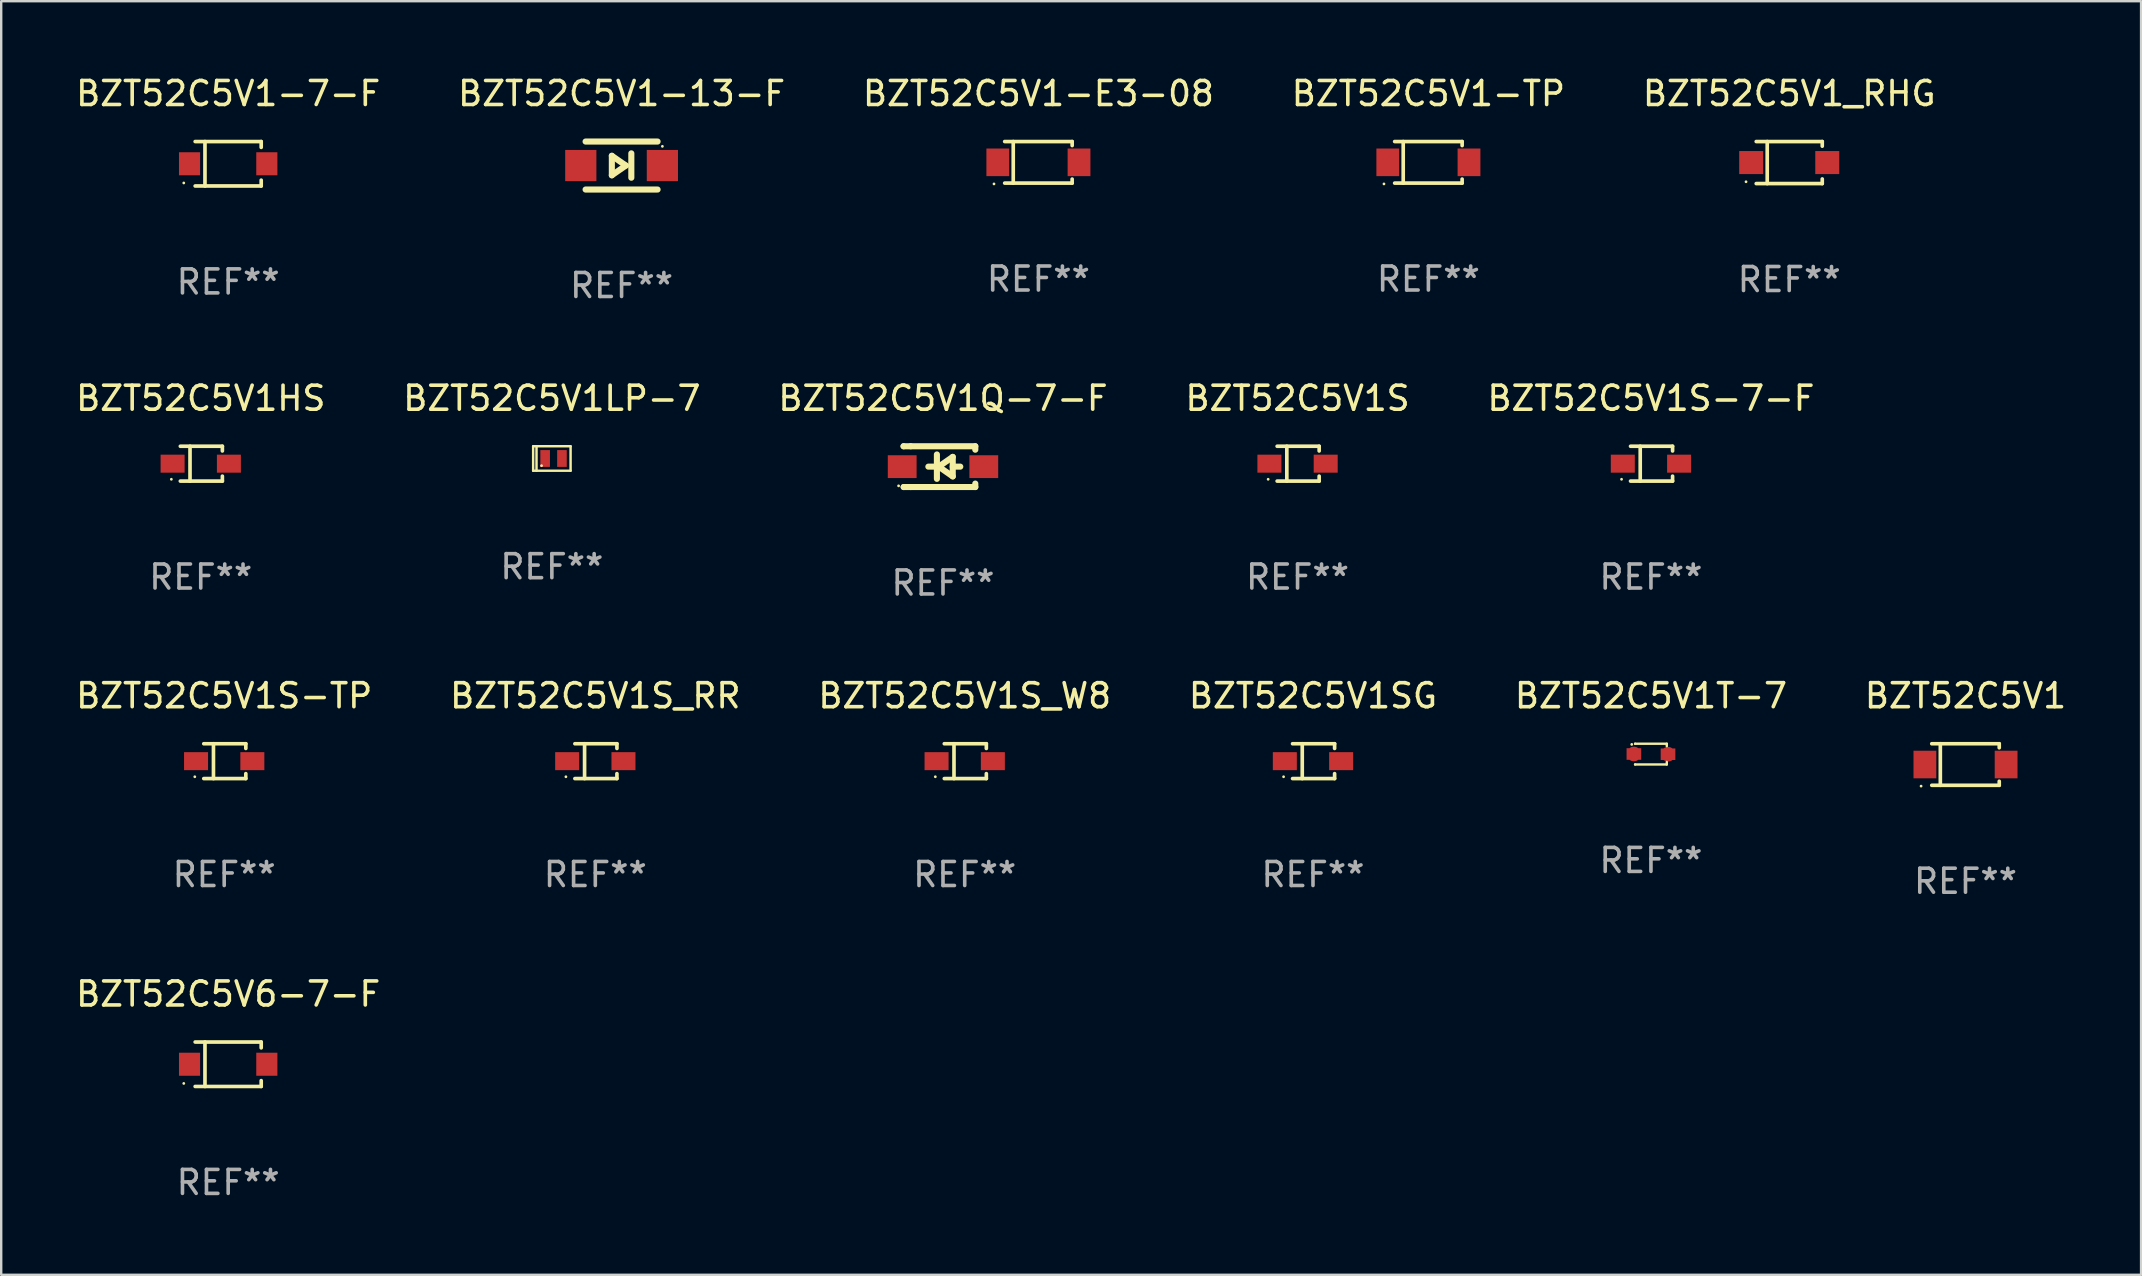
<source format=kicad_pcb>
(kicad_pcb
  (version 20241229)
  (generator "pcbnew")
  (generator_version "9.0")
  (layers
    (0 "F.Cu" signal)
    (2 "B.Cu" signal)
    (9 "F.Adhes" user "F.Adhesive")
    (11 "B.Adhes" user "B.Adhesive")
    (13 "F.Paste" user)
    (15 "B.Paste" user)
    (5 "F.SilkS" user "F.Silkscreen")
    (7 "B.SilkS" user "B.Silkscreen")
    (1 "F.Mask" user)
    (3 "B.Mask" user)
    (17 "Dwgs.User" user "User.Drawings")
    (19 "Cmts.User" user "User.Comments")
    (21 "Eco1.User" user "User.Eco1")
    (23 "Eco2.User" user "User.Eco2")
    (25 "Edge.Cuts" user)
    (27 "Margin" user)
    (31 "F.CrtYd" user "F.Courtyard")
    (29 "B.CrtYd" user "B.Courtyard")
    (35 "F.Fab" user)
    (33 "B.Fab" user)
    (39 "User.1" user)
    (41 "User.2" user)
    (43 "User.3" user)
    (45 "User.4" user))
  (footprint "BZT52C5V1-7-F"
    (layer "F.Cu")
    (at 6.458 3.774)
    (property "Reference" "BZT52C5V1-7-F" (at 0 -2.926 0) (layer "F.SilkS") (effects (font (size 1 1) (thickness 0.15))))
    (attr through_hole)
    (fp_line (start -1.376 -0.926) (end 1.376 -0.926) (stroke (width 0.152) (type solid)) (layer "F.SilkS"))
    (fp_line (start -1.376 0.926) (end 1.376 0.926) (stroke (width 0.152) (type solid)) (layer "F.SilkS"))
    (fp_line (start -0.967 -0.926) (end -0.967 0.926) (stroke (width 0.152) (type solid)) (layer "F.SilkS"))
    (fp_line (start 1.376 -0.926) (end 1.376 -0.683) (stroke (width 0.152) (type solid)) (layer "F.SilkS"))
    (fp_line (start 1.376 0.926) (end 1.376 0.683) (stroke (width 0.152) (type solid)) (layer "F.SilkS"))
    (fp_circle (center -1.85 0.8) (end -1.82 0.8) (stroke (width 0.06) (type solid)) (fill no) (layer "F.SilkS"))
    (fp_text user "REF**" (at 0 4.926 0) (layer "F.Fab") (effects (font (size 1 1) (thickness 0.15))))
    (pad "1" smd rect (at -1.61 0) (size 0.88 0.96) (layers "F.Cu" "F.Mask" "F.Paste"))
    (pad "2" smd rect (at 1.61 0) (size 0.88 0.96) (layers "F.Cu" "F.Mask" "F.Paste")))
  (footprint "BZT52C5V1_RHG"
    (layer "F.Cu")
    (at 71.506 3.724)
    (property "Reference" "BZT52C5V1_RHG" (at 0 -2.876 0) (layer "F.SilkS") (effects (font (size 1 1) (thickness 0.15))))
    (attr through_hole)
    (fp_line (start -1.376 -0.876) (end 1.376 -0.876) (stroke (width 0.152) (type solid)) (layer "F.SilkS"))
    (fp_line (start -1.376 0.876) (end 1.376 0.876) (stroke (width 0.152) (type solid)) (layer "F.SilkS"))
    (fp_line (start -0.917 -0.876) (end -0.917 0.876) (stroke (width 0.152) (type solid)) (layer "F.SilkS"))
    (fp_line (start 1.376 -0.876) (end 1.376 -0.683) (stroke (width 0.152) (type solid)) (layer "F.SilkS"))
    (fp_line (start 1.376 0.876) (end 1.376 0.683) (stroke (width 0.152) (type solid)) (layer "F.SilkS"))
    (fp_circle (center -1.8 0.8) (end -1.77 0.8) (stroke (width 0.06) (type solid)) (fill no) (layer "F.SilkS"))
    (fp_text user "REF**" (at 0 4.876 0) (layer "F.Fab") (effects (font (size 1 1) (thickness 0.15))))
    (pad "1" smd rect (at -1.585 0) (size 1 0.96) (layers "F.Cu" "F.Mask" "F.Paste"))
    (pad "2" smd rect (at 1.585 0) (size 1 0.96) (layers "F.Cu" "F.Mask" "F.Paste")))
  (footprint "BZT52C5V1LP-7"
    (layer "F.Cu")
    (at 19.946 16.055)
    (property "Reference" "BZT52C5V1LP-7" (at 0 -2.51 0) (layer "F.SilkS") (effects (font (size 1 1) (thickness 0.15))))
    (attr through_hole)
    (fp_line (start -0.78 -0.51) (end -0.78 0.51) (stroke (width 0.102) (type solid)) (layer "F.SilkS"))
    (fp_line (start -0.78 -0.51) (end 0.78 -0.51) (stroke (width 0.102) (type solid)) (layer "F.SilkS"))
    (fp_line (start -0.78 0.51) (end 0.78 0.51) (stroke (width 0.102) (type solid)) (layer "F.SilkS"))
    (fp_line (start -0.64 -0.51) (end -0.64 0.51) (stroke (width 0.102) (type solid)) (layer "F.SilkS"))
    (fp_line (start 0.78 -0.51) (end 0.78 0.51) (stroke (width 0.102) (type solid)) (layer "F.SilkS"))
    (fp_circle (center -0.43 0.3) (end -0.4 0.3) (stroke (width 0.06) (type solid)) (fill no) (layer "F.SilkS"))
    (fp_text user "REF**" (at 0 4.51 0) (layer "F.Fab") (effects (font (size 1 1) (thickness 0.15))))
    (pad "1" smd rect (at -0.28 0) (size 0.4 0.7) (layers "F.Cu" "F.Mask" "F.Paste"))
    (pad "2" smd rect (at 0.42 0) (size 0.4 0.7) (layers "F.Cu" "F.Mask" "F.Paste")))
  (footprint "BZT52C5V1-TP"
    (layer "F.Cu")
    (at 56.47 3.714)
    (property "Reference" "BZT52C5V1-TP" (at 0 -2.866 0) (layer "F.SilkS") (effects (font (size 1 1) (thickness 0.15))))
    (attr through_hole)
    (fp_line (start -1.406 -0.866) (end 1.406 -0.866) (stroke (width 0.152) (type solid)) (layer "F.SilkS"))
    (fp_line (start -1.406 0.866) (end 1.406 0.866) (stroke (width 0.152) (type solid)) (layer "F.SilkS"))
    (fp_line (start -1.049 -0.866) (end -1.049 0.866) (stroke (width 0.152) (type solid)) (layer "F.SilkS"))
    (fp_line (start 1.406 -0.866) (end 1.406 -0.698) (stroke (width 0.152) (type solid)) (layer "F.SilkS"))
    (fp_line (start 1.406 0.866) (end 1.406 0.698) (stroke (width 0.152) (type solid)) (layer "F.SilkS"))
    (fp_circle (center -1.851 0.9) (end -1.821 0.9) (stroke (width 0.06) (type solid)) (fill no) (layer "F.SilkS"))
    (fp_text user "REF**" (at 0 4.866 0) (layer "F.Fab") (effects (font (size 1 1) (thickness 0.15))))
    (pad "1" smd rect (at -1.692 0) (size 0.95 1.15) (layers "F.Cu" "F.Mask" "F.Paste"))
    (pad "2" smd rect (at 1.692 0) (size 0.95 1.15) (layers "F.Cu" "F.Mask" "F.Paste")))
  (footprint "BZT52C5V1S_W8"
    (layer "F.Cu")
    (at 37.149 28.667)
    (property "Reference" "BZT52C5V1S_W8" (at 0 -2.726 0) (layer "F.SilkS") (effects (font (size 1 1) (thickness 0.15))))
    (attr through_hole)
    (fp_line (start -0.851 -0.726) (end 0.901 -0.726) (stroke (width 0.152) (type solid)) (layer "F.SilkS"))
    (fp_line (start -0.851 0.726) (end 0.901 0.726) (stroke (width 0.152) (type solid)) (layer "F.SilkS"))
    (fp_line (start -0.447 -0.726) (end -0.447 0.726) (stroke (width 0.152) (type solid)) (layer "F.SilkS"))
    (fp_line (start 0.901 -0.726) (end 0.901 -0.53) (stroke (width 0.152) (type solid)) (layer "F.SilkS"))
    (fp_line (start 0.901 0.726) (end 0.901 0.52) (stroke (width 0.152) (type solid)) (layer "F.SilkS"))
    (fp_circle (center -1.225 0.65) (end -1.195 0.65) (stroke (width 0.06) (type solid)) (fill no) (layer "F.SilkS"))
    (fp_text user "REF**" (at 0 4.726 0) (layer "F.Fab") (effects (font (size 1 1) (thickness 0.15))))
    (pad "1" smd rect (at -1.173 0) (size 1 0.75) (layers "F.Cu" "F.Mask" "F.Paste"))
    (pad "2" smd rect (at 1.173 0) (size 1 0.75) (layers "F.Cu" "F.Mask" "F.Paste")))
  (footprint "BZT52C5V1-13-F"
    (layer "F.Cu")
    (at 22.851 3.848)
    (property "Reference" "BZT52C5V1-13-F" (at 0 -3 0) (layer "F.SilkS") (effects (font (size 1 1) (thickness 0.15))))
    (attr through_hole)
    (fp_line (start -1.5 -1) (end 1.5 -1) (stroke (width 0.254) (type solid)) (layer "F.SilkS"))
    (fp_line (start -0.406 -0.406) (end 0.178 0) (stroke (width 0.254) (type solid)) (layer "F.SilkS"))
    (fp_line (start -0.406 0.406) (end -0.406 -0.406) (stroke (width 0.254) (type solid)) (layer "F.SilkS"))
    (fp_line (start 0.178 0) (end -0.406 0.406) (stroke (width 0.254) (type solid)) (layer "F.SilkS"))
    (fp_line (start 0.406 0.508) (end 0.406 -0.508) (stroke (width 0.254) (type solid)) (layer "F.SilkS"))
    (fp_line (start 1.5 1) (end -1.5 1) (stroke (width 0.254) (type solid)) (layer "F.SilkS"))
    (fp_circle (center 1.7 -0.8) (end 1.73 -0.8) (stroke (width 0.06) (type solid)) (fill no) (layer "F.SilkS"))
    (fp_text user "REF**" (at 0 5 0) (layer "F.Fab") (effects (font (size 1 1) (thickness 0.15))))
    (pad "1" smd rect (at 1.7 0 180) (size 1.3 1.3) (layers "F.Cu" "F.Mask" "F.Paste"))
    (pad "2" smd rect (at -1.7 0 180) (size 1.3 1.3) (layers "F.Cu" "F.Mask" "F.Paste")))
  (footprint "BZT52C5V1S-7-F"
    (layer "F.Cu")
    (at 65.744 16.271)
    (property "Reference" "BZT52C5V1S-7-F" (at 0 -2.726 0) (layer "F.SilkS") (effects (font (size 1 1) (thickness 0.15))))
    (attr through_hole)
    (fp_line (start -0.851 -0.726) (end 0.901 -0.726) (stroke (width 0.152) (type solid)) (layer "F.SilkS"))
    (fp_line (start -0.851 0.726) (end 0.901 0.726) (stroke (width 0.152) (type solid)) (layer "F.SilkS"))
    (fp_line (start -0.447 -0.726) (end -0.447 0.726) (stroke (width 0.152) (type solid)) (layer "F.SilkS"))
    (fp_line (start 0.901 -0.726) (end 0.901 -0.53) (stroke (width 0.152) (type solid)) (layer "F.SilkS"))
    (fp_line (start 0.901 0.726) (end 0.901 0.52) (stroke (width 0.152) (type solid)) (layer "F.SilkS"))
    (fp_circle (center -1.225 0.65) (end -1.195 0.65) (stroke (width 0.06) (type solid)) (fill no) (layer "F.SilkS"))
    (fp_text user "REF**" (at 0 4.726 0) (layer "F.Fab") (effects (font (size 1 1) (thickness 0.15))))
    (pad "1" smd rect (at -1.173 0) (size 1 0.75) (layers "F.Cu" "F.Mask" "F.Paste"))
    (pad "2" smd rect (at 1.173 0) (size 1 0.75) (layers "F.Cu" "F.Mask" "F.Paste")))
  (footprint "BZT52C5V1S-TP"
    (layer "F.Cu")
    (at 6.292 28.667)
    (property "Reference" "BZT52C5V1S-TP" (at 0 -2.726 0) (layer "F.SilkS") (effects (font (size 1 1) (thickness 0.15))))
    (attr through_hole)
    (fp_line (start -0.851 -0.726) (end 0.901 -0.726) (stroke (width 0.152) (type solid)) (layer "F.SilkS"))
    (fp_line (start -0.851 0.726) (end 0.901 0.726) (stroke (width 0.152) (type solid)) (layer "F.SilkS"))
    (fp_line (start -0.447 -0.726) (end -0.447 0.726) (stroke (width 0.152) (type solid)) (layer "F.SilkS"))
    (fp_line (start 0.901 -0.726) (end 0.901 -0.53) (stroke (width 0.152) (type solid)) (layer "F.SilkS"))
    (fp_line (start 0.901 0.726) (end 0.901 0.52) (stroke (width 0.152) (type solid)) (layer "F.SilkS"))
    (fp_circle (center -1.225 0.65) (end -1.195 0.65) (stroke (width 0.06) (type solid)) (fill no) (layer "F.SilkS"))
    (fp_text user "REF**" (at 0 4.726 0) (layer "F.Fab") (effects (font (size 1 1) (thickness 0.15))))
    (pad "1" smd rect (at -1.173 0) (size 1 0.75) (layers "F.Cu" "F.Mask" "F.Paste"))
    (pad "2" smd rect (at 1.173 0) (size 1 0.75) (layers "F.Cu" "F.Mask" "F.Paste")))
  (footprint "BZT52C5V1"
    (layer "F.Cu")
    (at 78.851 28.807)
    (property "Reference" "BZT52C5V1" (at 0 -2.866 0) (layer "F.SilkS") (effects (font (size 1 1) (thickness 0.15))))
    (attr through_hole)
    (fp_line (start -1.406 -0.866) (end 1.406 -0.866) (stroke (width 0.152) (type solid)) (layer "F.SilkS"))
    (fp_line (start -1.406 0.866) (end 1.406 0.866) (stroke (width 0.152) (type solid)) (layer "F.SilkS"))
    (fp_line (start -1.049 -0.866) (end -1.049 0.866) (stroke (width 0.152) (type solid)) (layer "F.SilkS"))
    (fp_line (start 1.406 -0.866) (end 1.406 -0.698) (stroke (width 0.152) (type solid)) (layer "F.SilkS"))
    (fp_line (start 1.406 0.866) (end 1.406 0.698) (stroke (width 0.152) (type solid)) (layer "F.SilkS"))
    (fp_circle (center -1.851 0.9) (end -1.821 0.9) (stroke (width 0.06) (type solid)) (fill no) (layer "F.SilkS"))
    (fp_text user "REF**" (at 0 4.866 0) (layer "F.Fab") (effects (font (size 1 1) (thickness 0.15))))
    (pad "1" smd rect (at -1.692 0) (size 0.95 1.15) (layers "F.Cu" "F.Mask" "F.Paste"))
    (pad "2" smd rect (at 1.692 0) (size 0.95 1.15) (layers "F.Cu" "F.Mask" "F.Paste")))
  (footprint "BZT52C5V1SG"
    (layer "F.Cu")
    (at 51.661 28.667)
    (property "Reference" "BZT52C5V1SG" (at 0 -2.726 0) (layer "F.SilkS") (effects (font (size 1 1) (thickness 0.15))))
    (attr through_hole)
    (fp_line (start -0.851 -0.726) (end 0.901 -0.726) (stroke (width 0.152) (type solid)) (layer "F.SilkS"))
    (fp_line (start -0.851 0.726) (end 0.901 0.726) (stroke (width 0.152) (type solid)) (layer "F.SilkS"))
    (fp_line (start -0.447 -0.726) (end -0.447 0.726) (stroke (width 0.152) (type solid)) (layer "F.SilkS"))
    (fp_line (start 0.901 -0.726) (end 0.901 -0.53) (stroke (width 0.152) (type solid)) (layer "F.SilkS"))
    (fp_line (start 0.901 0.726) (end 0.901 0.52) (stroke (width 0.152) (type solid)) (layer "F.SilkS"))
    (fp_circle (center -1.225 0.65) (end -1.195 0.65) (stroke (width 0.06) (type solid)) (fill no) (layer "F.SilkS"))
    (fp_text user "REF**" (at 0 4.726 0) (layer "F.Fab") (effects (font (size 1 1) (thickness 0.15))))
    (pad "1" smd rect (at -1.173 0) (size 1 0.75) (layers "F.Cu" "F.Mask" "F.Paste"))
    (pad "2" smd rect (at 1.173 0) (size 1 0.75) (layers "F.Cu" "F.Mask" "F.Paste")))
  (footprint "BZT52C5V6-7-F"
    (layer "F.Cu")
    (at 6.458 41.296)
    (property "Reference" "BZT52C5V6-7-F" (at 0 -2.926 0) (layer "F.SilkS") (effects (font (size 1 1) (thickness 0.15))))
    (attr through_hole)
    (fp_line (start -1.376 -0.926) (end 1.376 -0.926) (stroke (width 0.152) (type solid)) (layer "F.SilkS"))
    (fp_line (start -1.376 0.926) (end 1.376 0.926) (stroke (width 0.152) (type solid)) (layer "F.SilkS"))
    (fp_line (start -0.967 -0.926) (end -0.967 0.926) (stroke (width 0.152) (type solid)) (layer "F.SilkS"))
    (fp_line (start 1.376 -0.926) (end 1.376 -0.683) (stroke (width 0.152) (type solid)) (layer "F.SilkS"))
    (fp_line (start 1.376 0.926) (end 1.376 0.683) (stroke (width 0.152) (type solid)) (layer "F.SilkS"))
    (fp_circle (center -1.85 0.8) (end -1.82 0.8) (stroke (width 0.06) (type solid)) (fill no) (layer "F.SilkS"))
    (fp_text user "REF**" (at 0 4.926 0) (layer "F.Fab") (effects (font (size 1 1) (thickness 0.15))))
    (pad "1" smd rect (at -1.61 0) (size 0.88 0.96) (layers "F.Cu" "F.Mask" "F.Paste"))
    (pad "2" smd rect (at 1.61 0) (size 0.88 0.96) (layers "F.Cu" "F.Mask" "F.Paste")))
  (footprint "BZT52C5V1-E3-08"
    (layer "F.Cu")
    (at 40.22 3.714)
    (property "Reference" "BZT52C5V1-E3-08" (at 0 -2.866 0) (layer "F.SilkS") (effects (font (size 1 1) (thickness 0.15))))
    (attr through_hole)
    (fp_line (start -1.406 -0.866) (end 1.406 -0.866) (stroke (width 0.152) (type solid)) (layer "F.SilkS"))
    (fp_line (start -1.406 0.866) (end 1.406 0.866) (stroke (width 0.152) (type solid)) (layer "F.SilkS"))
    (fp_line (start -1.049 -0.866) (end -1.049 0.866) (stroke (width 0.152) (type solid)) (layer "F.SilkS"))
    (fp_line (start 1.406 -0.866) (end 1.406 -0.698) (stroke (width 0.152) (type solid)) (layer "F.SilkS"))
    (fp_line (start 1.406 0.866) (end 1.406 0.698) (stroke (width 0.152) (type solid)) (layer "F.SilkS"))
    (fp_circle (center -1.851 0.9) (end -1.821 0.9) (stroke (width 0.06) (type solid)) (fill no) (layer "F.SilkS"))
    (fp_text user "REF**" (at 0 4.866 0) (layer "F.Fab") (effects (font (size 1 1) (thickness 0.15))))
    (pad "1" smd rect (at -1.692 0) (size 0.95 1.15) (layers "F.Cu" "F.Mask" "F.Paste"))
    (pad "2" smd rect (at 1.692 0) (size 0.95 1.15) (layers "F.Cu" "F.Mask" "F.Paste")))
  (footprint "BZT52C5V1S_RR"
    (layer "F.Cu")
    (at 21.756 28.667)
    (property "Reference" "BZT52C5V1S_RR" (at 0 -2.726 0) (layer "F.SilkS") (effects (font (size 1 1) (thickness 0.15))))
    (attr through_hole)
    (fp_line (start -0.851 -0.726) (end 0.901 -0.726) (stroke (width 0.152) (type solid)) (layer "F.SilkS"))
    (fp_line (start -0.851 0.726) (end 0.901 0.726) (stroke (width 0.152) (type solid)) (layer "F.SilkS"))
    (fp_line (start -0.447 -0.726) (end -0.447 0.726) (stroke (width 0.152) (type solid)) (layer "F.SilkS"))
    (fp_line (start 0.901 -0.726) (end 0.901 -0.53) (stroke (width 0.152) (type solid)) (layer "F.SilkS"))
    (fp_line (start 0.901 0.726) (end 0.901 0.52) (stroke (width 0.152) (type solid)) (layer "F.SilkS"))
    (fp_circle (center -1.225 0.65) (end -1.195 0.65) (stroke (width 0.06) (type solid)) (fill no) (layer "F.SilkS"))
    (fp_text user "REF**" (at 0 4.726 0) (layer "F.Fab") (effects (font (size 1 1) (thickness 0.15))))
    (pad "1" smd rect (at -1.173 0) (size 1 0.75) (layers "F.Cu" "F.Mask" "F.Paste"))
    (pad "2" smd rect (at 1.173 0) (size 1 0.75) (layers "F.Cu" "F.Mask" "F.Paste")))
  (footprint "BZT52C5V1HS"
    (layer "F.Cu")
    (at 5.315 16.271)
    (property "Reference" "BZT52C5V1HS" (at 0 -2.726 0) (layer "F.SilkS") (effects (font (size 1 1) (thickness 0.15))))
    (attr through_hole)
    (fp_line (start -0.851 -0.726) (end 0.901 -0.726) (stroke (width 0.152) (type solid)) (layer "F.SilkS"))
    (fp_line (start -0.851 0.726) (end 0.901 0.726) (stroke (width 0.152) (type solid)) (layer "F.SilkS"))
    (fp_line (start -0.447 -0.726) (end -0.447 0.726) (stroke (width 0.152) (type solid)) (layer "F.SilkS"))
    (fp_line (start 0.901 -0.726) (end 0.901 -0.53) (stroke (width 0.152) (type solid)) (layer "F.SilkS"))
    (fp_line (start 0.901 0.726) (end 0.901 0.52) (stroke (width 0.152) (type solid)) (layer "F.SilkS"))
    (fp_circle (center -1.225 0.65) (end -1.195 0.65) (stroke (width 0.06) (type solid)) (fill no) (layer "F.SilkS"))
    (fp_text user "REF**" (at 0 4.726 0) (layer "F.Fab") (effects (font (size 1 1) (thickness 0.15))))
    (pad "1" smd rect (at -1.173 0) (size 1 0.75) (layers "F.Cu" "F.Mask" "F.Paste"))
    (pad "2" smd rect (at 1.173 0) (size 1 0.75) (layers "F.Cu" "F.Mask" "F.Paste")))
  (footprint "BZT52C5V1T-7"
    (layer "F.Cu")
    (at 65.744 28.373)
    (property "Reference" "BZT52C5V1T-7" (at 0 -2.432 0) (layer "F.SilkS") (effects (font (size 1 1) (thickness 0.15))))
    (attr through_hole)
    (fp_line (start -0.661 0.432) (end -0.661 0.432) (stroke (width 0.1) (type solid)) (layer "F.SilkS"))
    (fp_line (start -0.661 -0.432) (end -0.661 -0.432) (stroke (width 0.1) (type solid)) (layer "F.SilkS"))
    (fp_line (start -0.661 -0.432) (end 0.66 -0.432) (stroke (width 0.1) (type solid)) (layer "F.SilkS"))
    (fp_line (start 0.66 0.326) (end 0.66 0.432) (stroke (width 0.1) (type solid)) (layer "F.SilkS"))
    (fp_line (start 0.66 0.432) (end -0.661 0.432) (stroke (width 0.1) (type solid)) (layer "F.SilkS"))
    (fp_line (start 0.66 -0.432) (end 0.66 -0.33) (stroke (width 0.1) (type solid)) (layer "F.SilkS"))
    (fp_circle (center -0.8 -0.404) (end -0.77 -0.404) (stroke (width 0.06) (type solid)) (fill no) (layer "F.SilkS"))
    (fp_text user "REF**" (at 0 4.432 0) (layer "F.Fab") (effects (font (size 1 1) (thickness 0.15))))
    (pad "1" smd custom (at -0.711 -0.005) (size 0.61 0.483) (layers "F.Cu" "F.Mask" "F.Paste") (options (anchor circle)) (primitives (gr_poly (pts (xy -0.305 -0.241) (xy 0.305 -0.241) (xy 0.305 0.241) (xy -0.305 0.241)) (width 0) (fill yes))))
    (pad "2" smd custom (at 0.711 0.005) (size 0.61 0.483) (layers "F.Cu" "F.Mask" "F.Paste") (options (anchor circle)) (primitives (gr_poly (pts (xy -0.305 -0.241) (xy 0.305 -0.241) (xy 0.305 0.241) (xy -0.305 0.241)) (width 0) (fill yes)))))
  (footprint "BZT52C5V1S"
    (layer "F.Cu")
    (at 51.018 16.271)
    (property "Reference" "BZT52C5V1S" (at 0 -2.726 0) (layer "F.SilkS") (effects (font (size 1 1) (thickness 0.15))))
    (attr through_hole)
    (fp_line (start -0.851 -0.726) (end 0.901 -0.726) (stroke (width 0.152) (type solid)) (layer "F.SilkS"))
    (fp_line (start -0.851 0.726) (end 0.901 0.726) (stroke (width 0.152) (type solid)) (layer "F.SilkS"))
    (fp_line (start -0.447 -0.726) (end -0.447 0.726) (stroke (width 0.152) (type solid)) (layer "F.SilkS"))
    (fp_line (start 0.901 -0.726) (end 0.901 -0.53) (stroke (width 0.152) (type solid)) (layer "F.SilkS"))
    (fp_line (start 0.901 0.726) (end 0.901 0.52) (stroke (width 0.152) (type solid)) (layer "F.SilkS"))
    (fp_circle (center -1.225 0.65) (end -1.195 0.65) (stroke (width 0.06) (type solid)) (fill no) (layer "F.SilkS"))
    (fp_text user "REF**" (at 0 4.726 0) (layer "F.Fab") (effects (font (size 1 1) (thickness 0.15))))
    (pad "1" smd rect (at -1.173 0) (size 1 0.75) (layers "F.Cu" "F.Mask" "F.Paste"))
    (pad "2" smd rect (at 1.173 0) (size 1 0.75) (layers "F.Cu" "F.Mask" "F.Paste")))
  (footprint "BZT52C5V1Q-7-F"
    (layer "F.Cu")
    (at 36.244 16.395)
    (property "Reference" "BZT52C5V1Q-7-F" (at 0 -2.85 0) (layer "F.SilkS") (effects (font (size 1 1) (thickness 0.15))))
    (attr through_hole)
    (fp_line (start -1.643 -0.85) (end -1.644 -0.849) (stroke (width 0.254) (type solid)) (layer "F.SilkS"))
    (fp_line (start -1.638 0.85) (end -1.639 0.849) (stroke (width 0.254) (type solid)) (layer "F.SilkS"))
    (fp_line (start -1.346 -0.85) (end -1.643 -0.85) (stroke (width 0.254) (type solid)) (layer "F.SilkS"))
    (fp_line (start -1.346 -0.85) (end 1.346 -0.85) (stroke (width 0.254) (type solid)) (layer "F.SilkS"))
    (fp_line (start -1.346 0.85) (end -1.638 0.85) (stroke (width 0.254) (type solid)) (layer "F.SilkS"))
    (fp_line (start -0.28 0) (end -0.61 0) (stroke (width 0.254) (type solid)) (layer "F.SilkS"))
    (fp_line (start -0.254 -0.508) (end -0.254 0.508) (stroke (width 0.254) (type solid)) (layer "F.SilkS"))
    (fp_line (start -0.178 0) (end 0.406 -0.406) (stroke (width 0.254) (type solid)) (layer "F.SilkS"))
    (fp_line (start 0.406 -0.406) (end 0.406 0.406) (stroke (width 0.254) (type solid)) (layer "F.SilkS"))
    (fp_line (start 0.406 -0.000254) (end 0.72 -0.000254) (stroke (width 0.254) (type solid)) (layer "F.SilkS"))
    (fp_line (start 0.406 0.406) (end -0.178 0) (stroke (width 0.254) (type solid)) (layer "F.SilkS"))
    (fp_line (start 1.346 -0.85) (end 1.346 -0.706) (stroke (width 0.254) (type solid)) (layer "F.SilkS"))
    (fp_line (start 1.346 0.706) (end 1.346 0.85) (stroke (width 0.254) (type solid)) (layer "F.SilkS"))
    (fp_line (start 1.346 0.85) (end -1.346 0.85) (stroke (width 0.254) (type solid)) (layer "F.SilkS"))
    (fp_circle (center -1.85 0.8) (end -1.82 0.8) (stroke (width 0.06) (type solid)) (fill no) (layer "F.SilkS"))
    (fp_text user "REF**" (at 0 4.85 0) (layer "F.Fab") (effects (font (size 1 1) (thickness 0.15))))
    (pad "1" smd rect (at -1.7 0) (size 1.2 0.95) (layers "F.Cu" "F.Mask" "F.Paste"))
    (pad "2" smd rect (at 1.7 0) (size 1.2 0.95) (layers "F.Cu" "F.Mask" "F.Paste")))
  (gr_rect
    (start -3 -3)
    (end 86.167 50.071)
    (stroke (width 0.1) (type default))
    (fill no)
    (layer "Edge.Cuts")))
</source>
